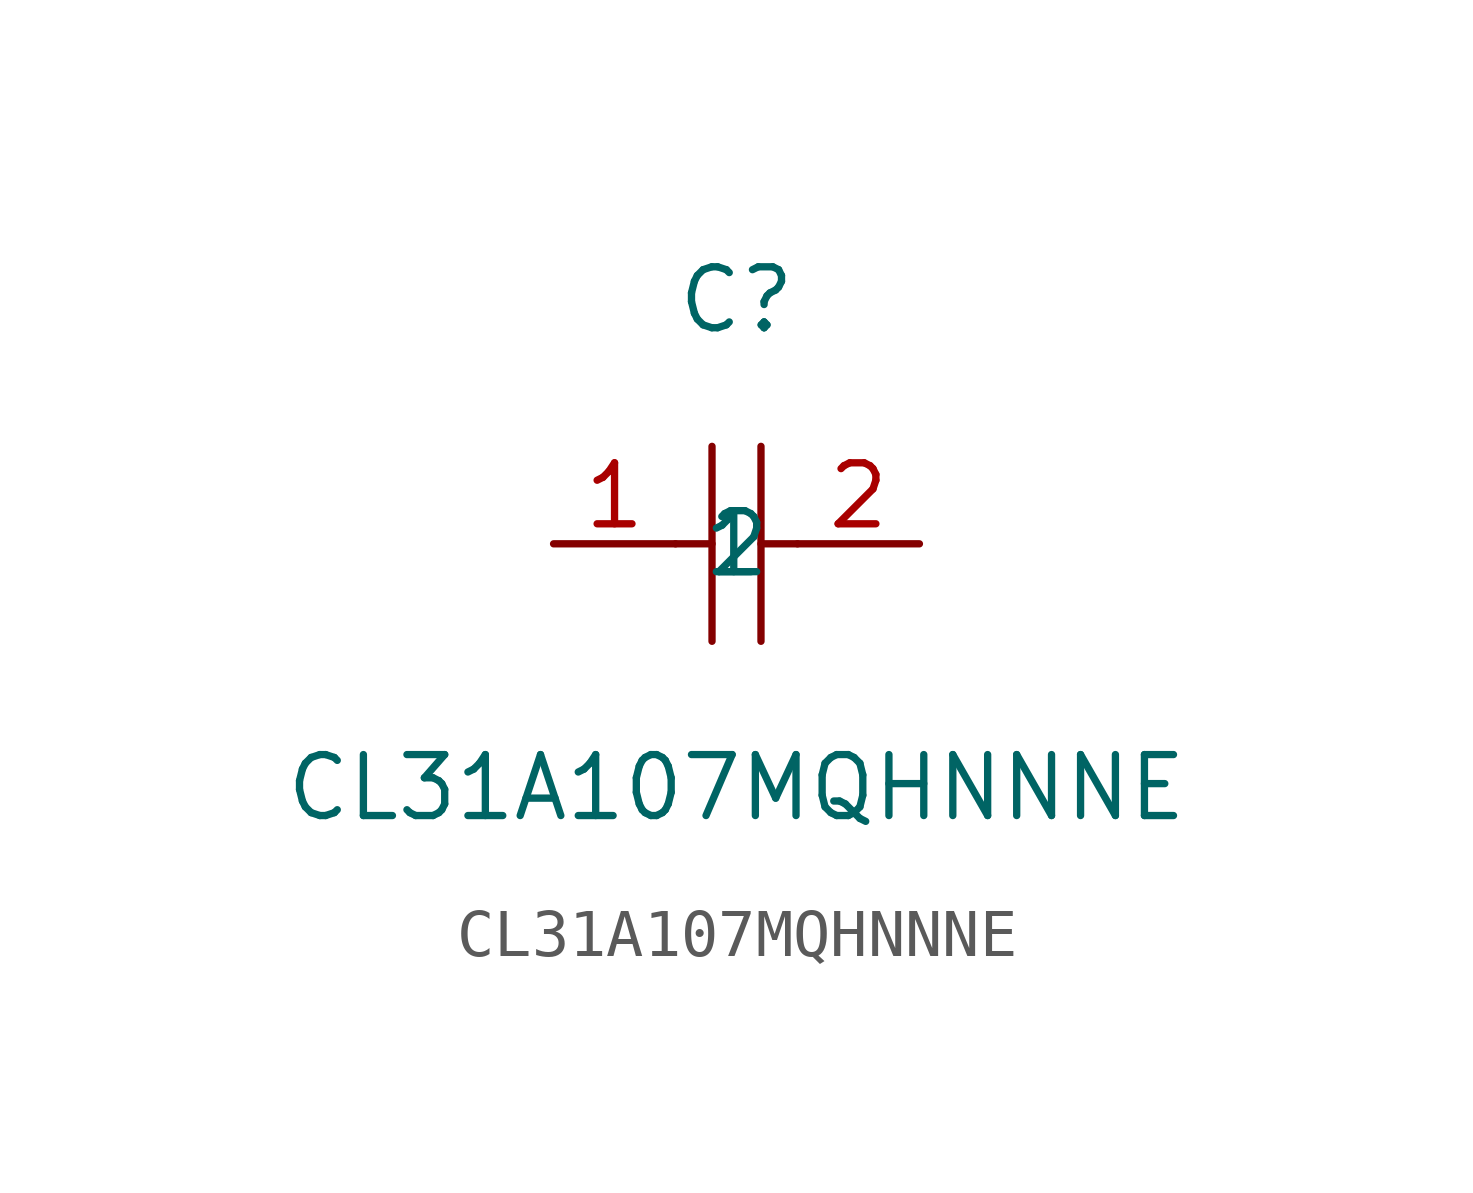
<source format=kicad_sym>
(kicad_symbol_lib
  (version 1)
  (generator "faebryk")
  (symbol "CL31A107MQHNNNE"
    (property "Reference" "C"
      (at 0 5.08 0)
      (effects (font (size 1.27 1.27)) (hide no)))
    (property "Value" "CL31A107MQHNNNE"
      (at 0 -5.08 0)
      (effects (font (size 1.27 1.27)) (hide no)))
    (symbol "CL31A107MQHNNNE_0_1"
      (polyline (stroke (width 0) (type default) (color 0 0 0 0)) (fill (type none)) (pts (xy -0.51 2.03) (xy -0.51 -2.03)))
      (polyline (stroke (width 0) (type default) (color 0 0 0 0)) (fill (type none)) (pts (xy 0.51 2.03) (xy 0.51 -2.03)))
      (polyline (stroke (width 0) (type default) (color 0 0 0 0)) (fill (type none)) (pts (xy -1.27 0) (xy -0.51 0)))
      (polyline (stroke (width 0) (type default) (color 0 0 0 0)) (fill (type none)) (pts (xy 0.51 0) (xy 1.27 0)))
      (pin input line (at -3.81 0 0) (length 2.54) (name "1" (effects (font (size 1.27 1.27)) (hide no))) (number "1" (effects (font (size 1.27 1.27)) (hide no))))
      (pin input line (at 3.81 0 180) (length 2.54) (name "2" (effects (font (size 1.27 1.27)) (hide no))) (number "2" (effects (font (size 1.27 1.27)) (hide no)))))))
</source>
